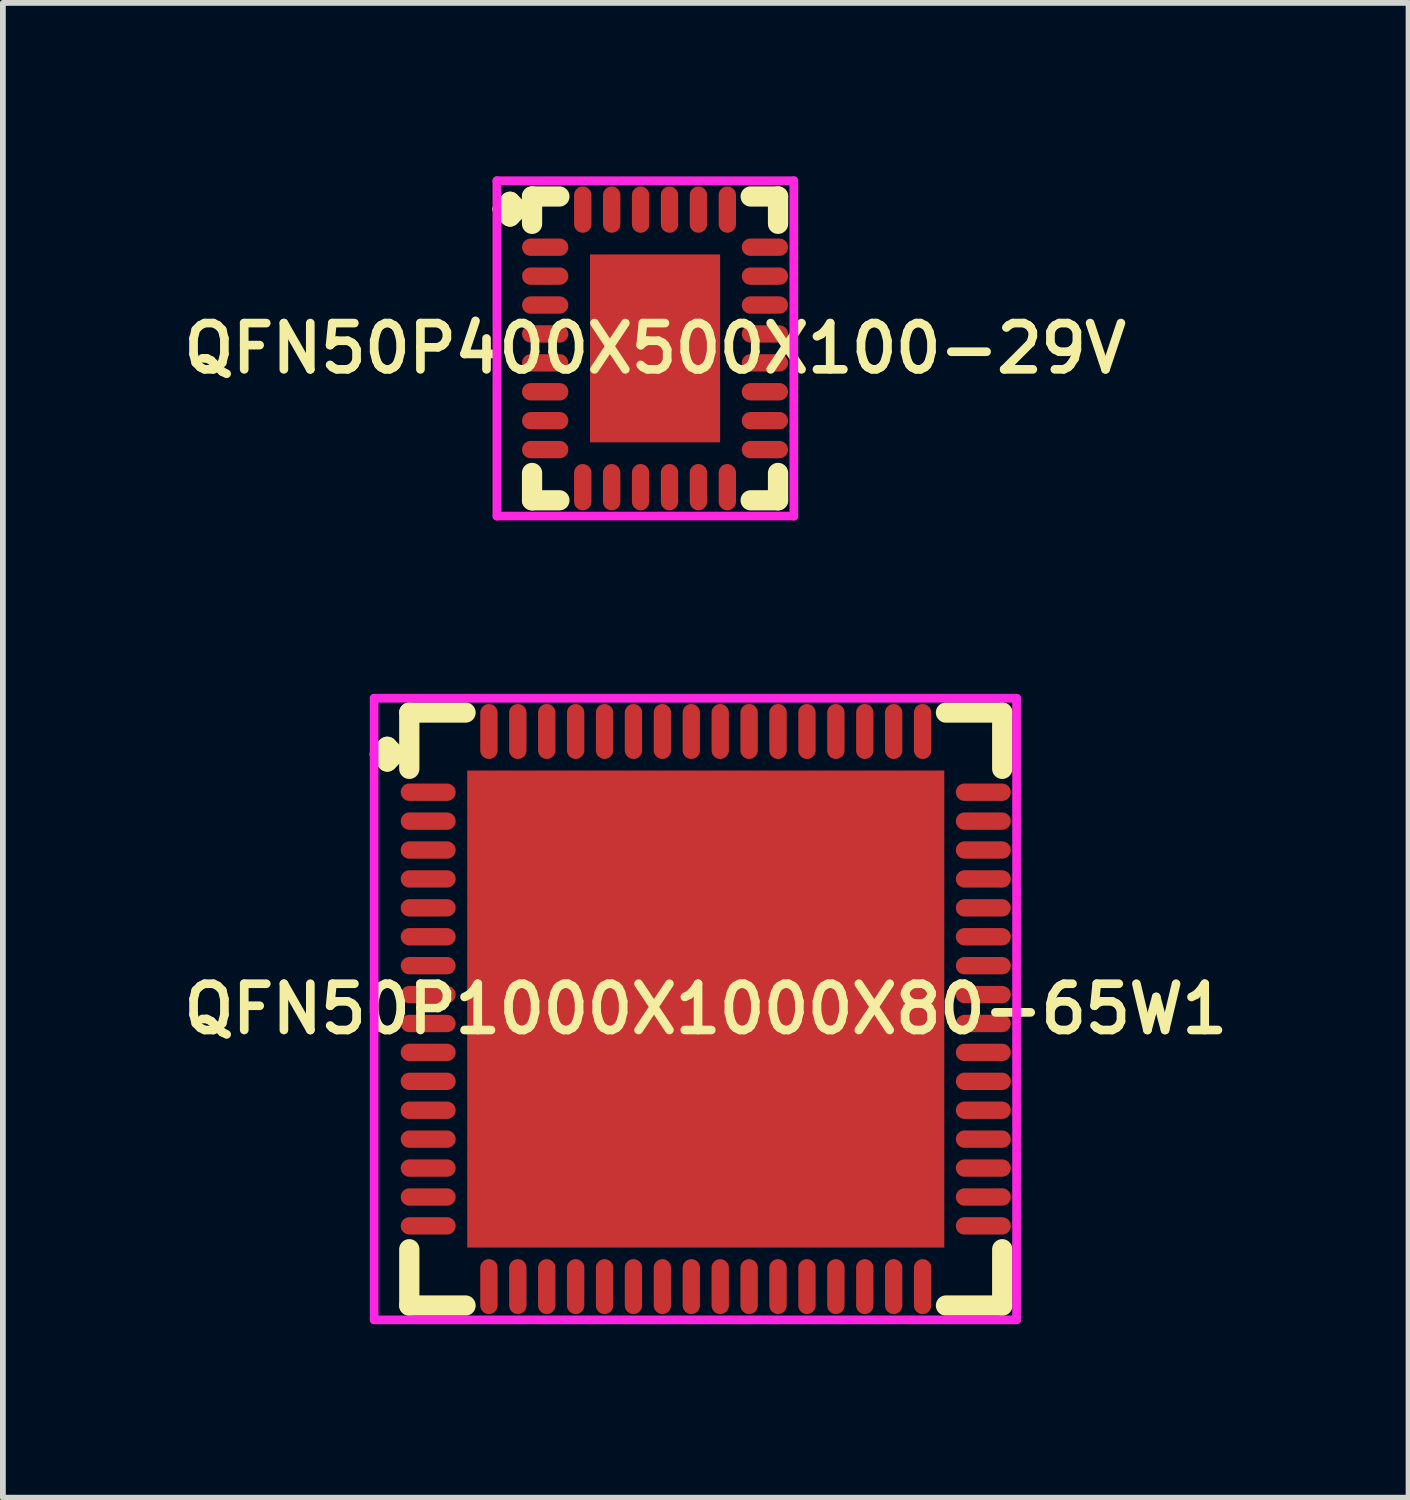
<source format=kicad_pcb>
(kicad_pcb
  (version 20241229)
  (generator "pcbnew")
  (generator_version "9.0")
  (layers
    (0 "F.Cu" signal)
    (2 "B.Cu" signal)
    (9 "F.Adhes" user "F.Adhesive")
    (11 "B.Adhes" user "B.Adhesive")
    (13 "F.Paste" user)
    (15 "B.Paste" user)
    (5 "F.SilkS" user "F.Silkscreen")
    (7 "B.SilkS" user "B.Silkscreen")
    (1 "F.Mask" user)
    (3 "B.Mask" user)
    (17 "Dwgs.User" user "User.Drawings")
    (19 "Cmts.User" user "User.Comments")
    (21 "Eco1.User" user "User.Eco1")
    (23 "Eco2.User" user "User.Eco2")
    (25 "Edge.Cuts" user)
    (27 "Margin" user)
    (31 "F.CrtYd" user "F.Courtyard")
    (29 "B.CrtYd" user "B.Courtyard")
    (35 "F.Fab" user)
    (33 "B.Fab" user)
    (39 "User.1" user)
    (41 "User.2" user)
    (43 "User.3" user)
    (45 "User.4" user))
  (footprint "QFN50P1000X1000X80-65W1"
    (layer "F.Cu")
    (at 9.155 14.4)
    (property "Reference" "QFN50P1000X1000X80-65W1" (at 0 0 0) (layer "F.SilkS") (effects (font (size 0.8 0.8) (thickness 0.15))))
    (attr smd)
    (fp_line (start -5.635 -4.408) (end -5.508 -4.535) (stroke (width 0.35) (type solid)) (layer "F.SilkS"))
    (fp_line (start -5.508 -4.535) (end -5.381 -4.408) (stroke (width 0.35) (type solid)) (layer "F.SilkS"))
    (fp_line (start -5.508 -4.281) (end -5.635 -4.408) (stroke (width 0.35) (type solid)) (layer "F.SilkS"))
    (fp_line (start -5.381 -4.408) (end -5.508 -4.281) (stroke (width 0.35) (type solid)) (layer "F.SilkS"))
    (fp_line (start -5.127 -5.127) (end -4.154 -5.127) (stroke (width 0.35) (type solid)) (layer "F.SilkS"))
    (fp_line (start -5.127 -4.154) (end -5.127 -5.127) (stroke (width 0.35) (type solid)) (layer "F.SilkS"))
    (fp_line (start -5.127 4.154) (end -5.127 5.127) (stroke (width 0.35) (type solid)) (layer "F.SilkS"))
    (fp_line (start -5.127 5.127) (end -4.154 5.127) (stroke (width 0.35) (type solid)) (layer "F.SilkS"))
    (fp_line (start 4.154 -5.127) (end 5.127 -5.127) (stroke (width 0.35) (type solid)) (layer "F.SilkS"))
    (fp_line (start 4.154 5.127) (end 5.127 5.127) (stroke (width 0.35) (type solid)) (layer "F.SilkS"))
    (fp_line (start 5.127 -5.127) (end 5.127 -4.154) (stroke (width 0.35) (type solid)) (layer "F.SilkS"))
    (fp_line (start 5.127 5.127) (end 5.127 4.154) (stroke (width 0.35) (type solid)) (layer "F.SilkS"))
    (fp_line (start -5.735 -5.375) (end 5.375 -5.375) (stroke (width 0.15) (type solid)) (layer "F.CrtYd"))
    (fp_line (start -5.735 5.375) (end -5.735 -5.375) (stroke (width 0.15) (type solid)) (layer "F.CrtYd"))
    (fp_line (start 5.375 -5.375) (end 5.375 5.375) (stroke (width 0.15) (type solid)) (layer "F.CrtYd"))
    (fp_line (start 5.375 5.375) (end -5.735 5.375) (stroke (width 0.15) (type solid)) (layer "F.CrtYd"))
    (pad "1" smd oval (at -4.8 -3.75) (size 0.95 0.3) (layers "F.Cu" "F.Mask" "F.Paste"))
    (pad "2" smd oval (at -4.8 -3.25) (size 0.95 0.3) (layers "F.Cu" "F.Mask" "F.Paste"))
    (pad "3" smd oval (at -4.8 -2.75) (size 0.95 0.3) (layers "F.Cu" "F.Mask" "F.Paste"))
    (pad "4" smd oval (at -4.8 -2.25) (size 0.95 0.3) (layers "F.Cu" "F.Mask" "F.Paste"))
    (pad "5" smd oval (at -4.8 -1.75) (size 0.95 0.3) (layers "F.Cu" "F.Mask" "F.Paste"))
    (pad "6" smd oval (at -4.8 -1.25) (size 0.95 0.3) (layers "F.Cu" "F.Mask" "F.Paste"))
    (pad "7" smd oval (at -4.8 -0.75) (size 0.95 0.3) (layers "F.Cu" "F.Mask" "F.Paste"))
    (pad "8" smd oval (at -4.8 -0.25) (size 0.95 0.3) (layers "F.Cu" "F.Mask" "F.Paste"))
    (pad "9" smd oval (at -4.8 0.25) (size 0.95 0.3) (layers "F.Cu" "F.Mask" "F.Paste"))
    (pad "10" smd oval (at -4.8 0.75) (size 0.95 0.3) (layers "F.Cu" "F.Mask" "F.Paste"))
    (pad "11" smd oval (at -4.8 1.25) (size 0.95 0.3) (layers "F.Cu" "F.Mask" "F.Paste"))
    (pad "12" smd oval (at -4.8 1.75) (size 0.95 0.3) (layers "F.Cu" "F.Mask" "F.Paste"))
    (pad "13" smd oval (at -4.8 2.25) (size 0.95 0.3) (layers "F.Cu" "F.Mask" "F.Paste"))
    (pad "14" smd oval (at -4.8 2.75) (size 0.95 0.3) (layers "F.Cu" "F.Mask" "F.Paste"))
    (pad "15" smd oval (at -4.8 3.25) (size 0.95 0.3) (layers "F.Cu" "F.Mask" "F.Paste"))
    (pad "16" smd oval (at -4.8 3.75) (size 0.95 0.3) (layers "F.Cu" "F.Mask" "F.Paste"))
    (pad "17" smd oval (at -3.75 4.8) (size 0.3 0.95) (layers "F.Cu" "F.Mask" "F.Paste"))
    (pad "18" smd oval (at -3.25 4.8) (size 0.3 0.95) (layers "F.Cu" "F.Mask" "F.Paste"))
    (pad "19" smd oval (at -2.75 4.8) (size 0.3 0.95) (layers "F.Cu" "F.Mask" "F.Paste"))
    (pad "20" smd oval (at -2.25 4.8) (size 0.3 0.95) (layers "F.Cu" "F.Mask" "F.Paste"))
    (pad "21" smd oval (at -1.75 4.8) (size 0.3 0.95) (layers "F.Cu" "F.Mask" "F.Paste"))
    (pad "22" smd oval (at -1.25 4.8) (size 0.3 0.95) (layers "F.Cu" "F.Mask" "F.Paste"))
    (pad "23" smd oval (at -0.75 4.8) (size 0.3 0.95) (layers "F.Cu" "F.Mask" "F.Paste"))
    (pad "24" smd oval (at -0.25 4.8) (size 0.3 0.95) (layers "F.Cu" "F.Mask" "F.Paste"))
    (pad "25" smd oval (at 0.25 4.8) (size 0.3 0.95) (layers "F.Cu" "F.Mask" "F.Paste"))
    (pad "26" smd oval (at 0.75 4.8) (size 0.3 0.95) (layers "F.Cu" "F.Mask" "F.Paste"))
    (pad "27" smd oval (at 1.25 4.8) (size 0.3 0.95) (layers "F.Cu" "F.Mask" "F.Paste"))
    (pad "28" smd oval (at 1.75 4.8) (size 0.3 0.95) (layers "F.Cu" "F.Mask" "F.Paste"))
    (pad "29" smd oval (at 2.25 4.8) (size 0.3 0.95) (layers "F.Cu" "F.Mask" "F.Paste"))
    (pad "30" smd oval (at 2.75 4.8) (size 0.3 0.95) (layers "F.Cu" "F.Mask" "F.Paste"))
    (pad "31" smd oval (at 3.25 4.8) (size 0.3 0.95) (layers "F.Cu" "F.Mask" "F.Paste"))
    (pad "32" smd oval (at 3.75 4.8) (size 0.3 0.95) (layers "F.Cu" "F.Mask" "F.Paste"))
    (pad "33" smd oval (at 4.8 3.75) (size 0.95 0.3) (layers "F.Cu" "F.Mask" "F.Paste"))
    (pad "34" smd oval (at 4.8 3.25) (size 0.95 0.3) (layers "F.Cu" "F.Mask" "F.Paste"))
    (pad "35" smd oval (at 4.8 2.75) (size 0.95 0.3) (layers "F.Cu" "F.Mask" "F.Paste"))
    (pad "36" smd oval (at 4.8 2.25) (size 0.95 0.3) (layers "F.Cu" "F.Mask" "F.Paste"))
    (pad "37" smd oval (at 4.8 1.75) (size 0.95 0.3) (layers "F.Cu" "F.Mask" "F.Paste"))
    (pad "38" smd oval (at 4.8 1.25) (size 0.95 0.3) (layers "F.Cu" "F.Mask" "F.Paste"))
    (pad "39" smd oval (at 4.8 0.75) (size 0.95 0.3) (layers "F.Cu" "F.Mask" "F.Paste"))
    (pad "40" smd oval (at 4.8 0.25) (size 0.95 0.3) (layers "F.Cu" "F.Mask" "F.Paste"))
    (pad "41" smd oval (at 4.8 -0.25) (size 0.95 0.3) (layers "F.Cu" "F.Mask" "F.Paste"))
    (pad "42" smd oval (at 4.8 -0.75) (size 0.95 0.3) (layers "F.Cu" "F.Mask" "F.Paste"))
    (pad "43" smd oval (at 4.8 -1.25) (size 0.95 0.3) (layers "F.Cu" "F.Mask" "F.Paste"))
    (pad "44" smd oval (at 4.8 -1.75) (size 0.95 0.3) (layers "F.Cu" "F.Mask" "F.Paste"))
    (pad "45" smd oval (at 4.8 -2.25) (size 0.95 0.3) (layers "F.Cu" "F.Mask" "F.Paste"))
    (pad "46" smd oval (at 4.8 -2.75) (size 0.95 0.3) (layers "F.Cu" "F.Mask" "F.Paste"))
    (pad "47" smd oval (at 4.8 -3.25) (size 0.95 0.3) (layers "F.Cu" "F.Mask" "F.Paste"))
    (pad "48" smd oval (at 4.8 -3.75) (size 0.95 0.3) (layers "F.Cu" "F.Mask" "F.Paste"))
    (pad "49" smd oval (at 3.75 -4.8) (size 0.3 0.95) (layers "F.Cu" "F.Mask" "F.Paste"))
    (pad "50" smd oval (at 3.25 -4.8) (size 0.3 0.95) (layers "F.Cu" "F.Mask" "F.Paste"))
    (pad "51" smd oval (at 2.75 -4.8) (size 0.3 0.95) (layers "F.Cu" "F.Mask" "F.Paste"))
    (pad "52" smd oval (at 2.25 -4.8) (size 0.3 0.95) (layers "F.Cu" "F.Mask" "F.Paste"))
    (pad "53" smd oval (at 1.75 -4.8) (size 0.3 0.95) (layers "F.Cu" "F.Mask" "F.Paste"))
    (pad "54" smd oval (at 1.25 -4.8) (size 0.3 0.95) (layers "F.Cu" "F.Mask" "F.Paste"))
    (pad "55" smd oval (at 0.75 -4.8) (size 0.3 0.95) (layers "F.Cu" "F.Mask" "F.Paste"))
    (pad "56" smd oval (at 0.25 -4.8) (size 0.3 0.95) (layers "F.Cu" "F.Mask" "F.Paste"))
    (pad "57" smd oval (at -0.25 -4.8) (size 0.3 0.95) (layers "F.Cu" "F.Mask" "F.Paste"))
    (pad "58" smd oval (at -0.75 -4.8) (size 0.3 0.95) (layers "F.Cu" "F.Mask" "F.Paste"))
    (pad "59" smd oval (at -1.25 -4.8) (size 0.3 0.95) (layers "F.Cu" "F.Mask" "F.Paste"))
    (pad "60" smd oval (at -1.75 -4.8) (size 0.3 0.95) (layers "F.Cu" "F.Mask" "F.Paste"))
    (pad "61" smd oval (at -2.25 -4.8) (size 0.3 0.95) (layers "F.Cu" "F.Mask" "F.Paste"))
    (pad "62" smd oval (at -2.75 -4.8) (size 0.3 0.95) (layers "F.Cu" "F.Mask" "F.Paste"))
    (pad "63" smd oval (at -3.25 -4.8) (size 0.3 0.95) (layers "F.Cu" "F.Mask" "F.Paste"))
    (pad "64" smd oval (at -3.75 -4.8) (size 0.3 0.95) (layers "F.Cu" "F.Mask" "F.Paste"))
    (pad "65" smd rect (at 0 0) (size 8.25 8.25) (layers "F.Cu" "F.Mask" "F.Paste")))
  (footprint "QFN50P400X500X100-29V"
    (layer "F.Cu")
    (at 8.278 2.975)
    (property "Reference" "QFN50P400X500X100-29V" (at 0 0 0) (layer "F.SilkS") (effects (font (size 0.8 0.8) (thickness 0.15))))
    (attr smd)
    (fp_line (start -2.635 -2.408) (end -2.508 -2.535) (stroke (width 0.35) (type solid)) (layer "F.SilkS"))
    (fp_line (start -2.508 -2.535) (end -2.381 -2.408) (stroke (width 0.35) (type solid)) (layer "F.SilkS"))
    (fp_line (start -2.508 -2.281) (end -2.635 -2.408) (stroke (width 0.35) (type solid)) (layer "F.SilkS"))
    (fp_line (start -2.381 -2.408) (end -2.508 -2.281) (stroke (width 0.35) (type solid)) (layer "F.SilkS"))
    (fp_line (start -2.127 -2.627) (end -1.654 -2.627) (stroke (width 0.35) (type solid)) (layer "F.SilkS"))
    (fp_line (start -2.127 -2.154) (end -2.127 -2.627) (stroke (width 0.35) (type solid)) (layer "F.SilkS"))
    (fp_line (start -2.127 2.154) (end -2.127 2.627) (stroke (width 0.35) (type solid)) (layer "F.SilkS"))
    (fp_line (start -2.127 2.627) (end -1.654 2.627) (stroke (width 0.35) (type solid)) (layer "F.SilkS"))
    (fp_line (start 1.654 -2.627) (end 2.127 -2.627) (stroke (width 0.35) (type solid)) (layer "F.SilkS"))
    (fp_line (start 1.654 2.627) (end 2.127 2.627) (stroke (width 0.35) (type solid)) (layer "F.SilkS"))
    (fp_line (start 2.127 -2.627) (end 2.127 -2.154) (stroke (width 0.35) (type solid)) (layer "F.SilkS"))
    (fp_line (start 2.127 2.627) (end 2.127 2.154) (stroke (width 0.35) (type solid)) (layer "F.SilkS"))
    (fp_line (start -2.735 -2.9) (end 2.4 -2.9) (stroke (width 0.15) (type solid)) (layer "F.CrtYd"))
    (fp_line (start -2.735 2.9) (end -2.735 -2.9) (stroke (width 0.15) (type solid)) (layer "F.CrtYd"))
    (fp_line (start 2.4 -2.9) (end 2.4 2.9) (stroke (width 0.15) (type solid)) (layer "F.CrtYd"))
    (fp_line (start 2.4 2.9) (end -2.735 2.9) (stroke (width 0.15) (type solid)) (layer "F.CrtYd"))
    (pad "1" smd oval (at -1.9 -1.75) (size 0.8 0.3) (layers "F.Cu" "F.Mask" "F.Paste"))
    (pad "2" smd oval (at -1.9 -1.25) (size 0.8 0.3) (layers "F.Cu" "F.Mask" "F.Paste"))
    (pad "3" smd oval (at -1.9 -0.75) (size 0.8 0.3) (layers "F.Cu" "F.Mask" "F.Paste"))
    (pad "4" smd oval (at -1.9 -0.25) (size 0.8 0.3) (layers "F.Cu" "F.Mask" "F.Paste"))
    (pad "5" smd oval (at -1.9 0.25) (size 0.8 0.3) (layers "F.Cu" "F.Mask" "F.Paste"))
    (pad "6" smd oval (at -1.9 0.75) (size 0.8 0.3) (layers "F.Cu" "F.Mask" "F.Paste"))
    (pad "7" smd oval (at -1.9 1.25) (size 0.8 0.3) (layers "F.Cu" "F.Mask" "F.Paste"))
    (pad "8" smd oval (at -1.9 1.75) (size 0.8 0.3) (layers "F.Cu" "F.Mask" "F.Paste"))
    (pad "9" smd oval (at -1.25 2.4) (size 0.3 0.8) (layers "F.Cu" "F.Mask" "F.Paste"))
    (pad "10" smd oval (at -0.75 2.4) (size 0.3 0.8) (layers "F.Cu" "F.Mask" "F.Paste"))
    (pad "11" smd oval (at -0.25 2.4) (size 0.3 0.8) (layers "F.Cu" "F.Mask" "F.Paste"))
    (pad "12" smd oval (at 0.25 2.4) (size 0.3 0.8) (layers "F.Cu" "F.Mask" "F.Paste"))
    (pad "13" smd oval (at 0.75 2.4) (size 0.3 0.8) (layers "F.Cu" "F.Mask" "F.Paste"))
    (pad "14" smd oval (at 1.25 2.4) (size 0.3 0.8) (layers "F.Cu" "F.Mask" "F.Paste"))
    (pad "15" smd oval (at 1.9 1.75) (size 0.8 0.3) (layers "F.Cu" "F.Mask" "F.Paste"))
    (pad "16" smd oval (at 1.9 1.25) (size 0.8 0.3) (layers "F.Cu" "F.Mask" "F.Paste"))
    (pad "17" smd oval (at 1.9 0.75) (size 0.8 0.3) (layers "F.Cu" "F.Mask" "F.Paste"))
    (pad "18" smd oval (at 1.9 0.25) (size 0.8 0.3) (layers "F.Cu" "F.Mask" "F.Paste"))
    (pad "19" smd oval (at 1.9 -0.25) (size 0.8 0.3) (layers "F.Cu" "F.Mask" "F.Paste"))
    (pad "20" smd oval (at 1.9 -0.75) (size 0.8 0.3) (layers "F.Cu" "F.Mask" "F.Paste"))
    (pad "21" smd oval (at 1.9 -1.25) (size 0.8 0.3) (layers "F.Cu" "F.Mask" "F.Paste"))
    (pad "22" smd oval (at 1.9 -1.75) (size 0.8 0.3) (layers "F.Cu" "F.Mask" "F.Paste"))
    (pad "23" smd oval (at 1.25 -2.4) (size 0.3 0.8) (layers "F.Cu" "F.Mask" "F.Paste"))
    (pad "24" smd oval (at 0.75 -2.4) (size 0.3 0.8) (layers "F.Cu" "F.Mask" "F.Paste"))
    (pad "25" smd oval (at 0.25 -2.4) (size 0.3 0.8) (layers "F.Cu" "F.Mask" "F.Paste"))
    (pad "26" smd oval (at -0.25 -2.4) (size 0.3 0.8) (layers "F.Cu" "F.Mask" "F.Paste"))
    (pad "27" smd oval (at -0.75 -2.4) (size 0.3 0.8) (layers "F.Cu" "F.Mask" "F.Paste"))
    (pad "28" smd oval (at -1.25 -2.4) (size 0.3 0.8) (layers "F.Cu" "F.Mask" "F.Paste"))
    (pad "29" smd rect (at 0 0) (size 2.25 3.25) (layers "F.Cu" "F.Mask" "F.Paste")))
  (gr_rect
    (start -3 -3)
    (end 21.309 22.85)
    (stroke (width 0.1) (type default))
    (fill no)
    (layer "Edge.Cuts")))
</source>
